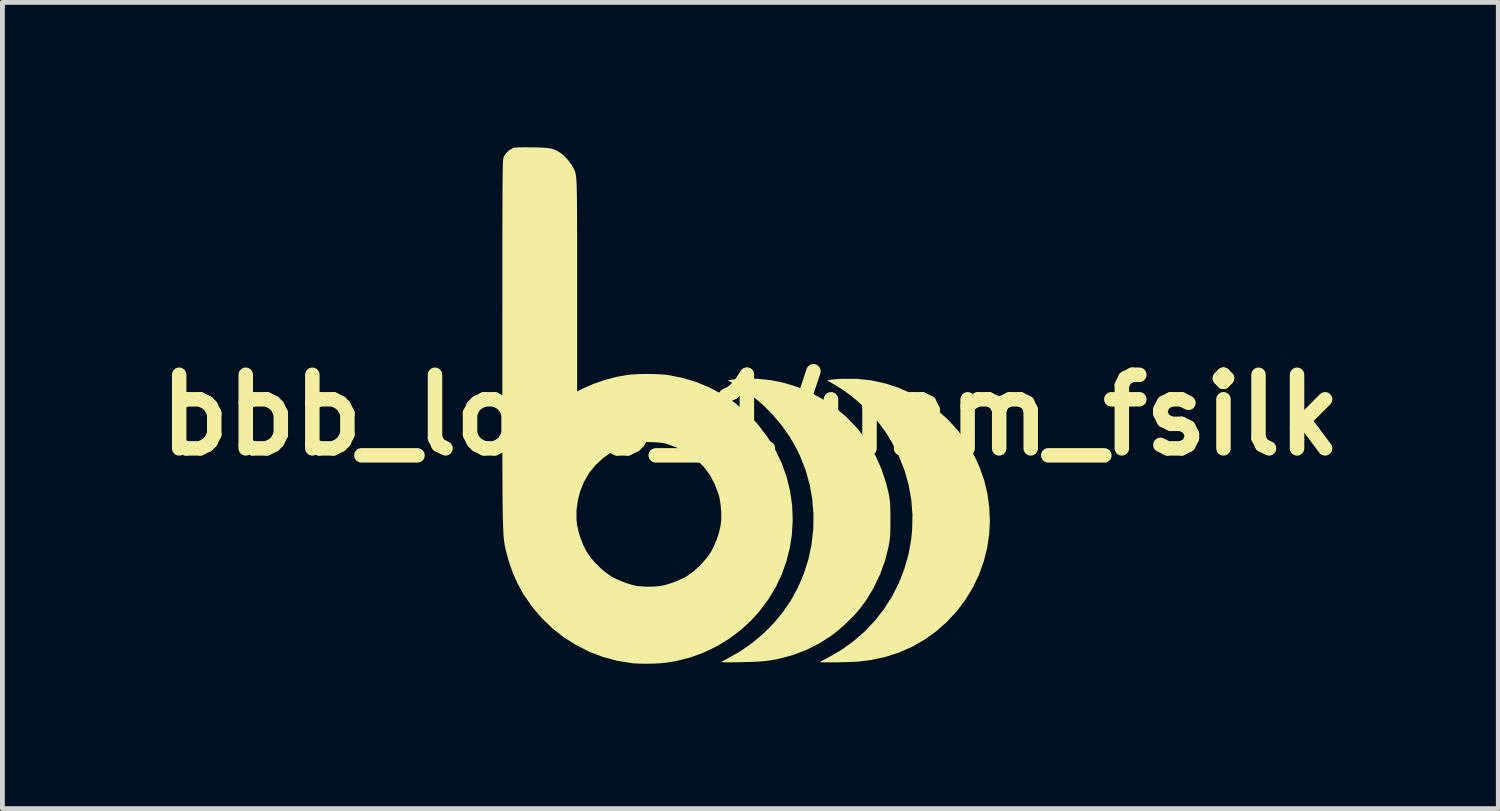
<source format=kicad_pcb>
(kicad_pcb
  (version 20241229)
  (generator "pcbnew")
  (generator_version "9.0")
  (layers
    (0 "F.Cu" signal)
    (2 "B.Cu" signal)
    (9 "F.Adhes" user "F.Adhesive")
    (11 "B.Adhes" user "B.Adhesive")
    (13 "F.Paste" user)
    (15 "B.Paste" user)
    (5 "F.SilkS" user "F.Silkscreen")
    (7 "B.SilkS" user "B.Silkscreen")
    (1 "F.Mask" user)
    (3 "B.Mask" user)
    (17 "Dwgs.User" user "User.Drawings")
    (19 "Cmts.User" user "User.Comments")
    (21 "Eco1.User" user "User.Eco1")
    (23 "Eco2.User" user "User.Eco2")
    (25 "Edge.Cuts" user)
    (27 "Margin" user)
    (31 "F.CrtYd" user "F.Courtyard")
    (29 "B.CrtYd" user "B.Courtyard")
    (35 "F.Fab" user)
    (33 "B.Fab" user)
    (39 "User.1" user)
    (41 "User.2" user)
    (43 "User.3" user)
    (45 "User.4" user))
  (footprint "bbb_logo_14mm_fsilk"
    (layer "F.Cu")
    (at 12.49 5.546)
    (property "Reference" "bbb_logo_14mm_fsilk" (at 0 0 0) (layer "F.SilkS") (effects (font (size 1.524 1.524) (thickness 0.3))))
    (attr board_only exclude_from_pos_files exclude_from_bom)
    (fp_poly (pts (xy 2.207 -0.751) (xy 2.499 -0.719) (xy 2.786 -0.657) (xy 3.066 -0.567) (xy 3.335 -0.448) (xy 3.593 -0.303) (xy 3.836 -0.131) (xy 4.062 0.065) (xy 4.101 0.103) (xy 4.303 0.326) (xy 4.477 0.564) (xy 4.625 0.815) (xy 4.746 1.077) (xy 4.841 1.347) (xy 4.908 1.624) (xy 4.947 1.905) (xy 4.96 2.188) (xy 4.945 2.472) (xy 4.903 2.753) (xy 4.833 3.031) (xy 4.736 3.303) (xy 4.61 3.566) (xy 4.457 3.819) (xy 4.276 4.06) (xy 4.275 4.061) (xy 4.068 4.285) (xy 3.842 4.483) (xy 3.599 4.656) (xy 3.34 4.803) (xy 3.066 4.922) (xy 2.779 5.013) (xy 2.479 5.076) (xy 2.237 5.105) (xy 2.171 5.109) (xy 2.089 5.113) (xy 1.997 5.116) (xy 1.898 5.118) (xy 1.799 5.12) (xy 1.702 5.121) (xy 1.614 5.121) (xy 1.54 5.121) (xy 1.483 5.119) (xy 1.449 5.116) (xy 1.441 5.113) (xy 1.457 5.103) (xy 1.496 5.082) (xy 1.551 5.053) (xy 1.603 5.026) (xy 1.879 4.867) (xy 2.135 4.684) (xy 2.37 4.479) (xy 2.583 4.254) (xy 2.772 4.01) (xy 2.937 3.75) (xy 3.077 3.474) (xy 3.189 3.184) (xy 3.275 2.883) (xy 3.331 2.571) (xy 3.35 2.376) (xy 3.357 2.064) (xy 3.332 1.753) (xy 3.277 1.445) (xy 3.191 1.143) (xy 3.075 0.849) (xy 3.029 0.751) (xy 2.918 0.541) (xy 2.799 0.35) (xy 2.666 0.171) (xy 2.513 -0.004) (xy 2.369 -0.151) (xy 2.211 -0.296) (xy 2.057 -0.421) (xy 1.898 -0.534) (xy 1.755 -0.622) (xy 1.59 -0.718) (xy 1.645 -0.73) (xy 1.681 -0.735) (xy 1.741 -0.741) (xy 1.816 -0.747) (xy 1.9 -0.752) (xy 1.913 -0.752)) (stroke (width 0) (type solid)) (fill yes) (layer "F.SilkS"))
    (fp_poly (pts (xy 0.147 -0.752) (xy 0.434 -0.722) (xy 0.717 -0.662) (xy 0.994 -0.574) (xy 1.261 -0.459) (xy 1.517 -0.319) (xy 1.758 -0.154) (xy 1.982 0.034) (xy 2.186 0.245) (xy 2.26 0.333) (xy 2.44 0.581) (xy 2.591 0.842) (xy 2.715 1.117) (xy 2.811 1.407) (xy 2.857 1.595) (xy 2.871 1.662) (xy 2.881 1.721) (xy 2.889 1.777) (xy 2.894 1.837) (xy 2.897 1.908) (xy 2.899 1.994) (xy 2.9 2.103) (xy 2.9 2.165) (xy 2.9 2.29) (xy 2.898 2.389) (xy 2.896 2.468) (xy 2.892 2.534) (xy 2.885 2.593) (xy 2.876 2.651) (xy 2.864 2.714) (xy 2.864 2.719) (xy 2.789 3.014) (xy 2.686 3.299) (xy 2.556 3.572) (xy 2.402 3.828) (xy 2.249 4.034) (xy 2.171 4.123) (xy 2.075 4.222) (xy 1.969 4.324) (xy 1.86 4.422) (xy 1.756 4.509) (xy 1.678 4.568) (xy 1.42 4.732) (xy 1.152 4.867) (xy 0.872 4.972) (xy 0.578 5.05) (xy 0.457 5.073) (xy 0.383 5.085) (xy 0.307 5.094) (xy 0.222 5.102) (xy 0.124 5.107) (xy 0.006 5.112) (xy -0.136 5.116) (xy -0.17 5.117) (xy -0.283 5.119) (xy -0.385 5.12) (xy -0.472 5.12) (xy -0.539 5.12) (xy -0.583 5.118) (xy -0.601 5.116) (xy -0.601 5.116) (xy -0.587 5.105) (xy -0.552 5.084) (xy -0.501 5.056) (xy -0.472 5.041) (xy -0.21 4.892) (xy 0.041 4.717) (xy 0.276 4.519) (xy 0.492 4.301) (xy 0.684 4.066) (xy 0.839 3.837) (xy 0.988 3.565) (xy 1.109 3.278) (xy 1.203 2.981) (xy 1.267 2.676) (xy 1.302 2.368) (xy 1.307 2.059) (xy 1.306 2.047) (xy 1.28 1.734) (xy 1.227 1.436) (xy 1.146 1.147) (xy 1.036 0.864) (xy 0.968 0.72) (xy 0.825 0.465) (xy 0.654 0.221) (xy 0.462 -0.009) (xy 0.249 -0.222) (xy 0.022 -0.412) (xy -0.218 -0.577) (xy -0.311 -0.632) (xy -0.465 -0.719) (xy -0.402 -0.73) (xy -0.362 -0.736) (xy -0.299 -0.742) (xy -0.222 -0.747) (xy -0.142 -0.752)) (stroke (width 0) (type solid)) (fill yes) (layer "F.SilkS"))
    (fp_poly (pts (xy -4.546 -5.545) (xy -4.504 -5.545) (xy -4.376 -5.542) (xy -4.274 -5.537) (xy -4.192 -5.53) (xy -4.126 -5.519) (xy -4.07 -5.503) (xy -4.018 -5.48) (xy -3.965 -5.45) (xy -3.916 -5.418) (xy -3.855 -5.368) (xy -3.79 -5.298) (xy -3.728 -5.219) (xy -3.677 -5.139) (xy -3.665 -5.118) (xy -3.655 -5.097) (xy -3.645 -5.078) (xy -3.637 -5.059) (xy -3.629 -5.037) (xy -3.622 -5.013) (xy -3.616 -4.983) (xy -3.611 -4.947) (xy -3.606 -4.902) (xy -3.602 -4.847) (xy -3.599 -4.781) (xy -3.596 -4.702) (xy -3.594 -4.608) (xy -3.592 -4.498) (xy -3.591 -4.369) (xy -3.59 -4.222) (xy -3.589 -4.053) (xy -3.588 -3.861) (xy -3.588 -3.645) (xy -3.588 -3.402) (xy -3.588 -3.132) (xy -3.588 -2.833) (xy -3.588 -2.683) (xy -3.588 -0.49) (xy -3.465 -0.551) (xy -3.252 -0.646) (xy -3.019 -0.726) (xy -2.777 -0.79) (xy -2.556 -0.83) (xy -2.447 -0.841) (xy -2.316 -0.849) (xy -2.173 -0.852) (xy -2.028 -0.851) (xy -1.889 -0.846) (xy -1.768 -0.837) (xy -1.712 -0.83) (xy -1.413 -0.772) (xy -1.122 -0.685) (xy -0.843 -0.569) (xy -0.578 -0.427) (xy -0.328 -0.259) (xy -0.096 -0.068) (xy 0.115 0.147) (xy 0.172 0.213) (xy 0.359 0.463) (xy 0.519 0.725) (xy 0.65 0.999) (xy 0.751 1.283) (xy 0.823 1.576) (xy 0.865 1.875) (xy 0.877 2.179) (xy 0.858 2.487) (xy 0.82 2.733) (xy 0.748 3.024) (xy 0.649 3.303) (xy 0.522 3.569) (xy 0.371 3.819) (xy 0.197 4.053) (xy 0.001 4.269) (xy -0.215 4.464) (xy -0.45 4.639) (xy -0.7 4.791) (xy -0.966 4.918) (xy -1.245 5.02) (xy -1.536 5.094) (xy -1.743 5.128) (xy -1.864 5.14) (xy -2.003 5.147) (xy -2.15 5.15) (xy -2.293 5.148) (xy -2.421 5.141) (xy -2.476 5.135) (xy -2.775 5.085) (xy -3.065 5.005) (xy -3.345 4.897) (xy -3.612 4.761) (xy -3.865 4.601) (xy -4.101 4.416) (xy -4.317 4.208) (xy -4.513 3.979) (xy -4.686 3.73) (xy -4.707 3.695) (xy -4.824 3.483) (xy -4.919 3.27) (xy -4.998 3.044) (xy -5.045 2.877) (xy -5.054 2.839) (xy -5.063 2.804) (xy -5.072 2.77) (xy -5.079 2.736) (xy -5.086 2.702) (xy -5.093 2.665) (xy -5.099 2.625) (xy -5.104 2.58) (xy -5.109 2.528) (xy -5.113 2.47) (xy -5.117 2.403) (xy -5.12 2.327) (xy -5.123 2.239) (xy -5.126 2.139) (xy -5.128 2.026) (xy -5.129 1.972) (xy -3.601 1.972) (xy -3.601 2.171) (xy -3.589 2.276) (xy -3.56 2.411) (xy -3.515 2.555) (xy -3.458 2.697) (xy -3.395 2.823) (xy -3.388 2.833) (xy -3.315 2.94) (xy -3.22 3.052) (xy -3.113 3.16) (xy -3.001 3.256) (xy -2.893 3.333) (xy -2.88 3.341) (xy -2.782 3.393) (xy -2.667 3.443) (xy -2.547 3.487) (xy -2.433 3.521) (xy -2.355 3.538) (xy -2.267 3.548) (xy -2.16 3.553) (xy -2.048 3.553) (xy -1.942 3.548) (xy -1.865 3.54) (xy -1.748 3.514) (xy -1.618 3.473) (xy -1.487 3.422) (xy -1.368 3.366) (xy -1.324 3.341) (xy -1.217 3.267) (xy -1.105 3.173) (xy -0.997 3.066) (xy -0.901 2.954) (xy -0.824 2.846) (xy -0.816 2.833) (xy -0.752 2.71) (xy -0.694 2.569) (xy -0.648 2.424) (xy -0.617 2.288) (xy -0.615 2.276) (xy -0.603 2.148) (xy -0.604 2.004) (xy -0.616 1.858) (xy -0.638 1.723) (xy -0.655 1.655) (xy -0.733 1.442) (xy -0.834 1.249) (xy -0.959 1.078) (xy -1.106 0.928) (xy -1.276 0.8) (xy -1.469 0.695) (xy -1.683 0.612) (xy -1.754 0.591) (xy -1.831 0.576) (xy -1.929 0.566) (xy -2.041 0.561) (xy -2.158 0.561) (xy -2.27 0.566) (xy -2.37 0.575) (xy -2.447 0.59) (xy -2.45 0.591) (xy -2.67 0.666) (xy -2.87 0.766) (xy -3.048 0.888) (xy -3.205 1.033) (xy -3.34 1.2) (xy -3.35 1.215) (xy -3.447 1.386) (xy -3.523 1.573) (xy -3.574 1.771) (xy -3.601 1.972) (xy -5.129 1.972) (xy -5.13 1.898) (xy -5.132 1.754) (xy -5.133 1.592) (xy -5.134 1.413) (xy -5.135 1.213) (xy -5.136 0.993) (xy -5.136 0.751) (xy -5.136 0.485) (xy -5.137 0.194) (xy -5.137 -0.122) (xy -5.137 -0.465) (xy -5.137 -0.837) (xy -5.137 -1.239) (xy -5.137 -1.494) (xy -5.137 -1.903) (xy -5.136 -2.281) (xy -5.136 -2.631) (xy -5.136 -2.952) (xy -5.136 -3.247) (xy -5.136 -3.516) (xy -5.136 -3.76) (xy -5.135 -3.981) (xy -5.135 -4.181) (xy -5.134 -4.359) (xy -5.134 -4.518) (xy -5.133 -4.658) (xy -5.132 -4.781) (xy -5.131 -4.888) (xy -5.13 -4.98) (xy -5.129 -5.058) (xy -5.127 -5.124) (xy -5.126 -5.179) (xy -5.124 -5.223) (xy -5.122 -5.259) (xy -5.12 -5.287) (xy -5.118 -5.308) (xy -5.115 -5.324) (xy -5.113 -5.336) (xy -5.11 -5.345) (xy -5.107 -5.35) (xy -5.062 -5.421) (xy -4.998 -5.482) (xy -4.925 -5.525) (xy -4.904 -5.533) (xy -4.86 -5.54) (xy -4.786 -5.544) (xy -4.681 -5.546)) (stroke (width 0) (type solid)) (fill yes) (layer "F.SilkS")))
  (gr_rect
    (start -3 -3)
    (end 27.979 13.696)
    (stroke (width 0.1) (type default))
    (fill no)
    (layer "Edge.Cuts")))
</source>
